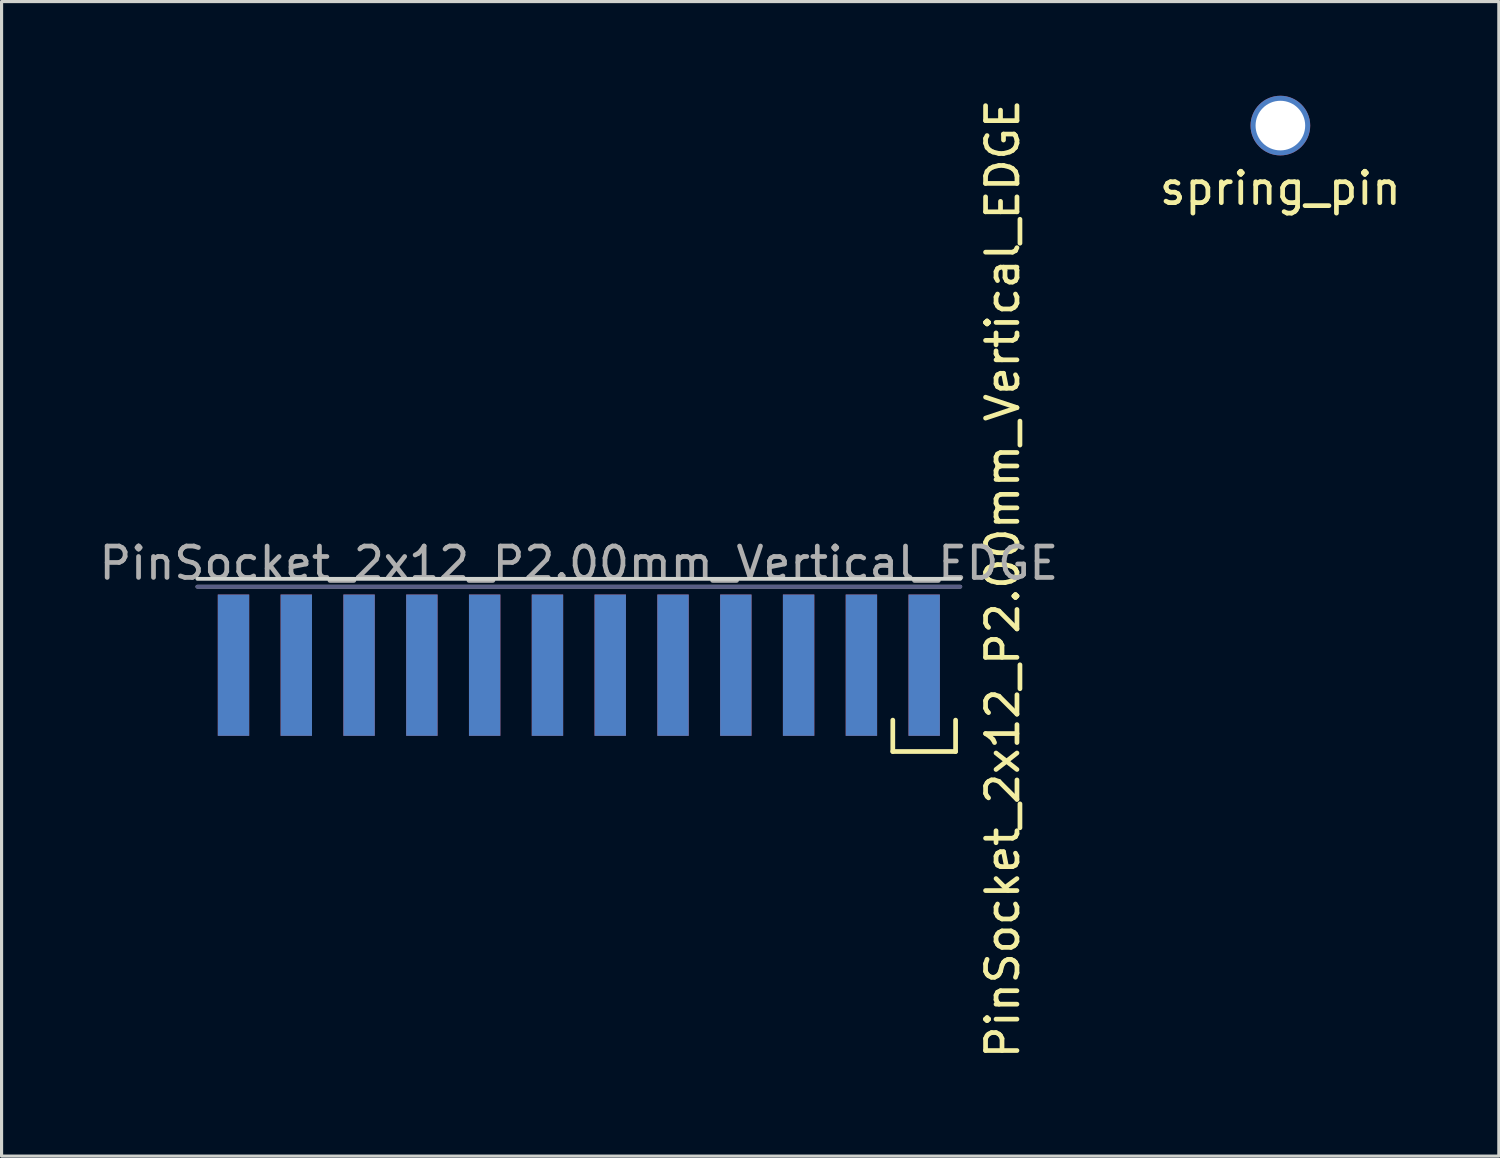
<source format=kicad_pcb>
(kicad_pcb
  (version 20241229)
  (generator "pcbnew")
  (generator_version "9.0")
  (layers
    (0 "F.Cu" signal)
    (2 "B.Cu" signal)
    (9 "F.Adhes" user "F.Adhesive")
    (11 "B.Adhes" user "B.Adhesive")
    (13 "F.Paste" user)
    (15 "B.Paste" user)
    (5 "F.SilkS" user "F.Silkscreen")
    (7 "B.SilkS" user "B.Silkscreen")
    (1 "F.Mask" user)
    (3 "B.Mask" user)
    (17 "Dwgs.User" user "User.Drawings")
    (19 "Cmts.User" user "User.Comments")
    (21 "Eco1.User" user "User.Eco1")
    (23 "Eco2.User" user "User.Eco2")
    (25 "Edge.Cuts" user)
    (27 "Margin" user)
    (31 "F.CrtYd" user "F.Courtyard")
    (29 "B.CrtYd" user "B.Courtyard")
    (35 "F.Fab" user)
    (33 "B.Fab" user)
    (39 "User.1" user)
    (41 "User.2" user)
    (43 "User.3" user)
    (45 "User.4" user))
  (footprint "spring_pin"
    (layer "F.Cu")
    (at 37.732 0.95)
    (property "Reference" "spring_pin" (at 0 2 0) (layer "F.SilkS") (effects (font (size 1 1) (thickness 0.15))))
    (attr through_hole)
    (pad "1" thru_hole circle (at 0 0) (size 1.9 1.9) (drill 1.58) (layers "*.Cu" "*.Mask")))
  (footprint "PinSocket_2x12_P2.00mm_Vertical_EDGE"
    (layer "F.Cu")
    (at 15.387 15.387)
    (property "Reference" "PinSocket_2x12_P2.00mm_Vertical_EDGE" (at 13.5 0 270) (layer "F.SilkS") (effects (font (size 1 1) (thickness 0.15))))
    (attr smd)
    (fp_line (start 10 5.5) (end 10 4.5) (stroke (width 0.15) (type solid)) (layer "F.SilkS"))
    (fp_line (start 12 4.5) (end 12 5.5) (stroke (width 0.15) (type solid)) (layer "F.SilkS"))
    (fp_line (start 12 5.5) (end 10 5.5) (stroke (width 0.15) (type solid)) (layer "F.SilkS"))
    (fp_line (start 12.15 0) (end -12.15 0) (stroke (width 0.12) (type solid)) (layer "Edge.Cuts"))
    (fp_line (start 12.15 0.25) (end -12.15 0.25) (stroke (width 0.12) (type solid)) (layer "B.Fab"))
    (fp_line (start 12.15 0.25) (end -12.15 0.25) (stroke (width 0.12) (type solid)) (layer "F.Fab"))
    (fp_text user "${REFERENCE}" (at 0 -0.5 0) (layer "F.Fab") (effects (font (size 1 1) (thickness 0.15))))
    (pad "1" smd rect (at 11 2.75 270) (size 4.5 1) (layers "F.Cu" "F.Mask" "F.Paste"))
    (pad "2" smd rect (at 11 2.75 90) (size 4.5 1) (layers "B.Cu" "B.Mask" "B.Paste"))
    (pad "3" smd rect (at 9 2.75 270) (size 4.5 1) (layers "F.Cu" "F.Mask" "F.Paste"))
    (pad "4" smd rect (at 9 2.75 90) (size 4.5 1) (layers "B.Cu" "B.Mask" "B.Paste"))
    (pad "5" smd rect (at 7 2.75 270) (size 4.5 1) (layers "F.Cu" "F.Mask" "F.Paste"))
    (pad "6" smd rect (at 7 2.75 90) (size 4.5 1) (layers "B.Cu" "B.Mask" "B.Paste"))
    (pad "7" smd rect (at 5 2.75 270) (size 4.5 1) (layers "F.Cu" "F.Mask" "F.Paste"))
    (pad "8" smd rect (at 5 2.75 90) (size 4.5 1) (layers "B.Cu" "B.Mask" "B.Paste"))
    (pad "9" smd rect (at 3 2.75 270) (size 4.5 1) (layers "F.Cu" "F.Mask" "F.Paste"))
    (pad "10" smd rect (at 3 2.75 90) (size 4.5 1) (layers "B.Cu" "B.Mask" "B.Paste"))
    (pad "11" smd rect (at 1 2.75 270) (size 4.5 1) (layers "F.Cu" "F.Mask" "F.Paste"))
    (pad "12" smd rect (at 1 2.75 90) (size 4.5 1) (layers "B.Cu" "B.Mask" "B.Paste"))
    (pad "13" smd rect (at -1 2.75 270) (size 4.5 1) (layers "F.Cu" "F.Mask" "F.Paste"))
    (pad "14" smd rect (at -1 2.75 90) (size 4.5 1) (layers "B.Cu" "B.Mask" "B.Paste"))
    (pad "15" smd rect (at -3 2.75 270) (size 4.5 1) (layers "F.Cu" "F.Mask" "F.Paste"))
    (pad "16" smd rect (at -3 2.75 90) (size 4.5 1) (layers "B.Cu" "B.Mask" "B.Paste"))
    (pad "17" smd rect (at -5 2.75 270) (size 4.5 1) (layers "F.Cu" "F.Mask" "F.Paste"))
    (pad "18" smd rect (at -5 2.75 90) (size 4.5 1) (layers "B.Cu" "B.Mask" "B.Paste"))
    (pad "19" smd rect (at -7 2.75 270) (size 4.5 1) (layers "F.Cu" "F.Mask" "F.Paste"))
    (pad "20" smd rect (at -7 2.75 90) (size 4.5 1) (layers "B.Cu" "B.Mask" "B.Paste"))
    (pad "21" smd rect (at -9 2.75 270) (size 4.5 1) (layers "F.Cu" "F.Mask" "F.Paste"))
    (pad "22" smd rect (at -9 2.75 90) (size 4.5 1) (layers "B.Cu" "B.Mask" "B.Paste"))
    (pad "23" smd rect (at -11 2.75 270) (size 4.5 1) (layers "F.Cu" "F.Mask" "F.Paste"))
    (pad "24" smd rect (at -11 2.75 90) (size 4.5 1) (layers "B.Cu" "B.Mask" "B.Paste")))
  (gr_rect
    (start -3 -3)
    (end 44.69 33.774)
    (stroke (width 0.1) (type default))
    (fill no)
    (layer "Edge.Cuts")))
</source>
